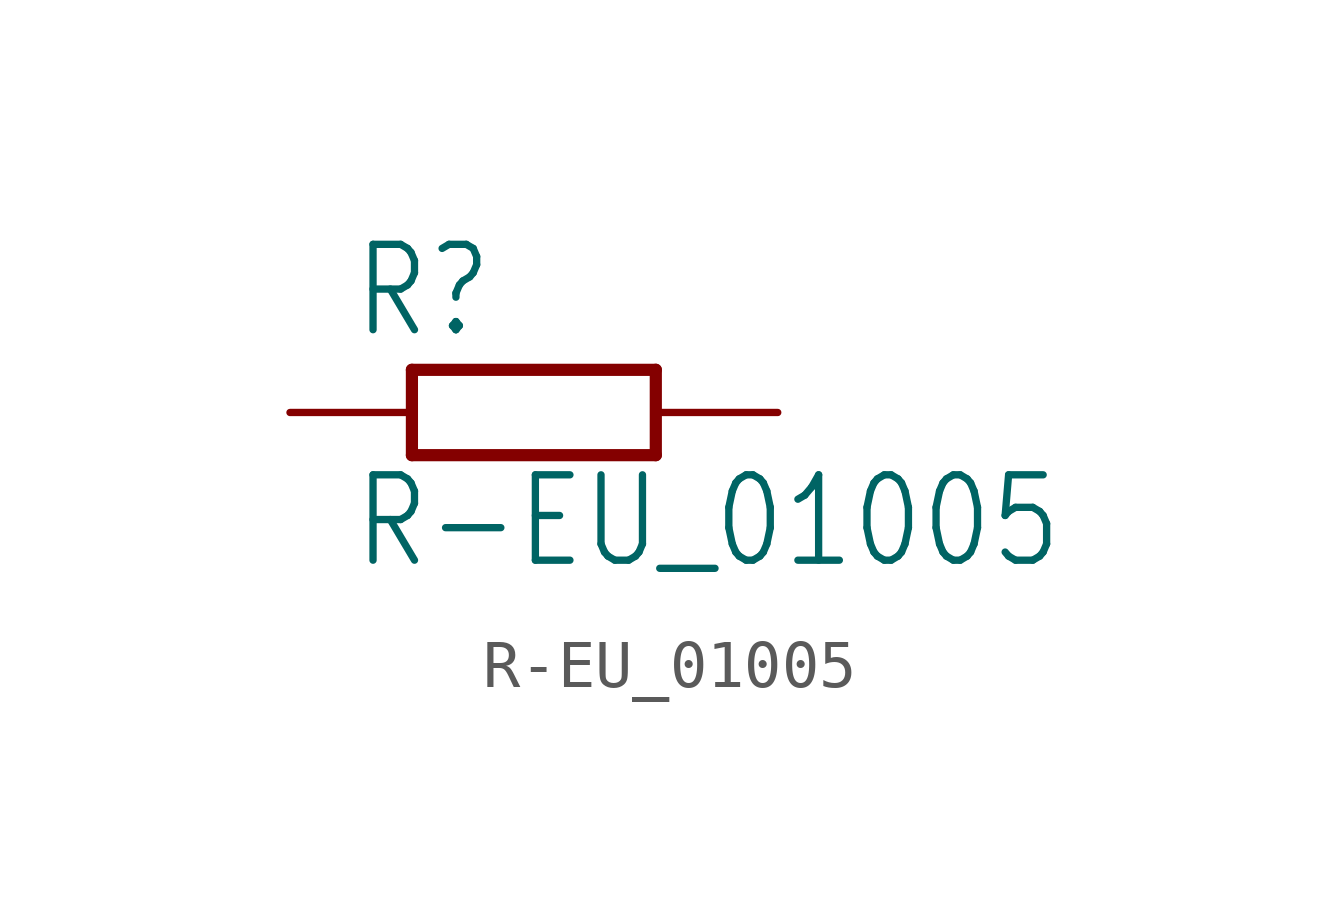
<source format=kicad_sym>
(kicad_symbol_lib
  (version 20211014)
  (generator kicad_symbol_editor)
  (symbol "R-EU_01005"
    (property "Reference" "R"
      (at -3.81 1.499 0)
      (effects (font (size 1.778 1.511)) (justify left bottom)))
    (property "Value" "R-EU_01005"
      (at -3.81 -3.302 0)
      (effects (font (size 1.778 1.511)) (justify left bottom)))
    (property "ki_locked" ""
      (at 0 0 0)
      (effects (font (size 1.27 1.27))))
    (symbol "R-EU_01005_1_0"
      (polyline (pts (xy -2.54 -0.889) (xy -2.54 0.889)) (stroke (width 0.254) (type default) (color 0 0 0 0)) (fill (type none)))
      (polyline (pts (xy -2.54 -0.889) (xy 2.54 -0.889)) (stroke (width 0.254) (type default) (color 0 0 0 0)) (fill (type none)))
      (polyline (pts (xy 2.54 -0.889) (xy 2.54 0.889)) (stroke (width 0.254) (type default) (color 0 0 0 0)) (fill (type none)))
      (polyline (pts (xy 2.54 0.889) (xy -2.54 0.889)) (stroke (width 0.254) (type default) (color 0 0 0 0)) (fill (type none)))
      (pin passive line (at -5.08 0 0) (length 2.54) (name "1" (effects (font (size 0 0)))) (number "1" (effects (font (size 0 0)))))
      (pin passive line (at 5.08 0 180) (length 2.54) (name "2" (effects (font (size 0 0)))) (number "2" (effects (font (size 0 0))))))))
</source>
